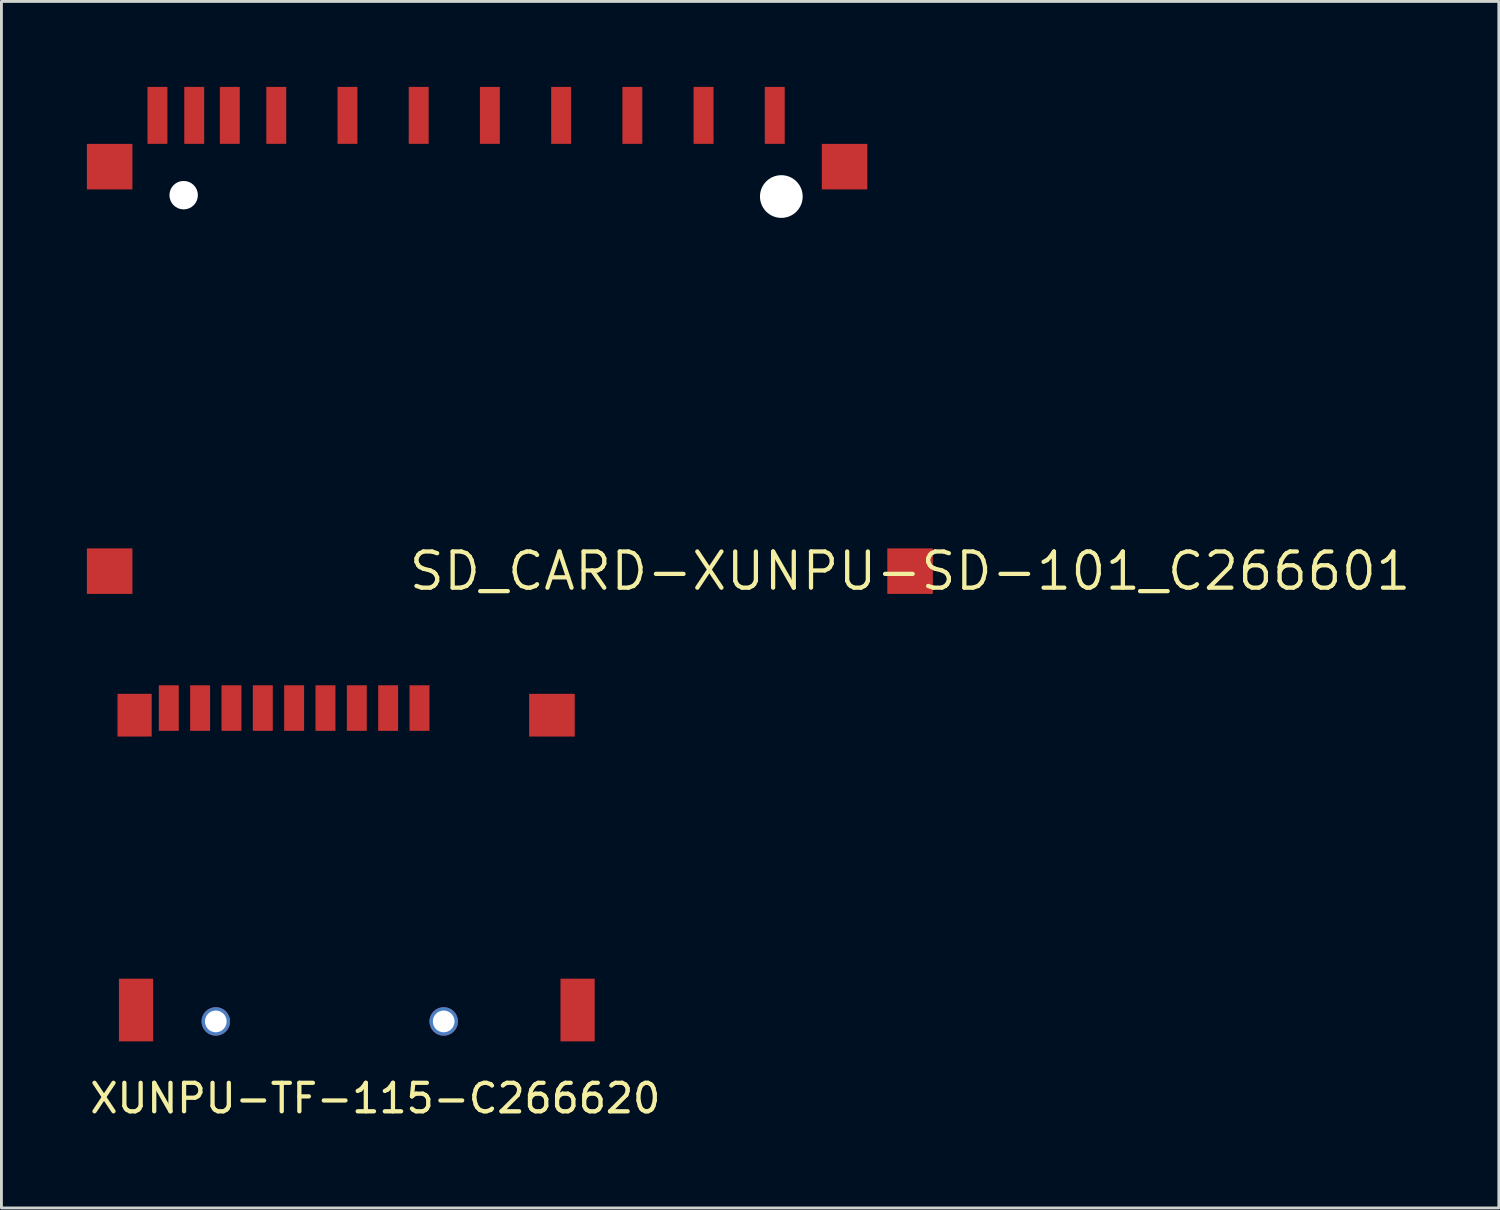
<source format=kicad_pcb>
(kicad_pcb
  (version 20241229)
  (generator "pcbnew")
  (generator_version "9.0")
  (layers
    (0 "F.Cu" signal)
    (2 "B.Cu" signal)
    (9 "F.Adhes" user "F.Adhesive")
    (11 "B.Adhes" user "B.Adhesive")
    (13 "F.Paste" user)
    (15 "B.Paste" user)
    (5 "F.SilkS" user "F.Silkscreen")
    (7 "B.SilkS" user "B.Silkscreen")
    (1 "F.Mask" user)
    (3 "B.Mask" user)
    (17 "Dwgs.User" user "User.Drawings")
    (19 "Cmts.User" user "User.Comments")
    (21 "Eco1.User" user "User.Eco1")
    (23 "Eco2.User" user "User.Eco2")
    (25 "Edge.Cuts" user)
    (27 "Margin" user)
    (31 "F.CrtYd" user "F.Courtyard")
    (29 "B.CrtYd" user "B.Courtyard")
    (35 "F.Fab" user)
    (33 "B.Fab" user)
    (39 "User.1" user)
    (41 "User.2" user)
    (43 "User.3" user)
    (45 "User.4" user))
  (footprint "XUNPU-TF-115-C266620"
    (layer "F.Cu")
    (at 4.525 32.805)
    (property "Reference" "XUNPU-TF-115-C266620" (at 5.6 2.7 0) (layer "F.SilkS") (effects (font (size 1 1) (thickness 0.15))))
    (attr through_hole)
    (pad "" np_thru_hole circle (at 0 0) (size 1 1) (drill 0.762) (layers "*.Cu" "*.Mask"))
    (pad "" np_thru_hole circle (at 8 0) (size 1 1) (drill 0.762) (layers "*.Cu" "*.Mask"))
    (pad "CD" smd rect (at -1.65 -11) (size 0.7 1.6) (layers "F.Cu" "F.Mask" "F.Paste"))
    (pad "CD/DAT3" smd rect (at 6.05 -11) (size 0.7 1.6) (layers "F.Cu" "F.Mask" "F.Paste"))
    (pad "CLK" smd rect (at 2.75 -11) (size 0.7 1.6) (layers "F.Cu" "F.Mask" "F.Paste"))
    (pad "CMD" smd rect (at 4.95 -11) (size 0.7 1.6) (layers "F.Cu" "F.Mask" "F.Paste"))
    (pad "DAT0" smd rect (at 0.55 -11) (size 0.7 1.6) (layers "F.Cu" "F.Mask" "F.Paste"))
    (pad "DAT1" smd rect (at -0.55 -11) (size 0.7 1.6) (layers "F.Cu" "F.Mask" "F.Paste"))
    (pad "DAT2" smd rect (at 7.15 -11) (size 0.7 1.6) (layers "F.Cu" "F.Mask" "F.Paste"))
    (pad "GND1" smd rect (at -2.85 -10.75) (size 1.2 1.5) (layers "F.Cu" "F.Mask" "F.Paste"))
    (pad "GND2" smd rect (at -2.8 -0.4) (size 1.2 2.2) (layers "F.Cu" "F.Mask" "F.Paste"))
    (pad "GND3" smd rect (at 11.8 -10.75) (size 1.6 1.5) (layers "F.Cu" "F.Mask" "F.Paste"))
    (pad "GND4" smd rect (at 12.7 -0.4) (size 1.2 2.2) (layers "F.Cu" "F.Mask" "F.Paste"))
    (pad "VDD" smd rect (at 3.85 -11) (size 0.7 1.6) (layers "F.Cu" "F.Mask" "F.Paste"))
    (pad "VSS1" smd rect (at 1.65 -11) (size 0.7 1.6) (layers "F.Cu" "F.Mask" "F.Paste")))
  (footprint "SD_CARD-XUNPU-SD-101_C266601"
    (layer "F.Cu")
    (at 28.896 16.999)
    (property "Reference" "SD_CARD-XUNPU-SD-101_C266601" (at 0 0 0) (layer "F.SilkS") (effects (font (size 1.27 1.27) (thickness 0.15))))
    (attr smd)
    (pad "" np_thru_hole circle (at -25.499 -13.198) (size 0.998 0.998) (drill 0.998) (layers "*.Cu" "*.Mask"))
    (pad "" np_thru_hole circle (at -4.519 -13.15) (size 1.499 1.499) (drill 1.499) (layers "*.Cu" "*.Mask"))
    (pad "CD" smd rect (at -25.128 -15.999) (size 0.699 1.999) (layers "F.Cu" "F.Mask" "F.Paste"))
    (pad "CD/DAT3" smd rect (at -7.249 -15.999) (size 0.699 1.999) (layers "F.Cu" "F.Mask" "F.Paste"))
    (pad "CLK" smd rect (at -17.249 -15.999) (size 0.699 1.999) (layers "F.Cu" "F.Mask" "F.Paste"))
    (pad "CMD" smd rect (at -9.749 -15.999) (size 0.699 1.999) (layers "F.Cu" "F.Mask" "F.Paste"))
    (pad "DAT0" smd rect (at -22.248 -15.999) (size 0.699 1.999) (layers "F.Cu" "F.Mask" "F.Paste"))
    (pad "DAT1" smd rect (at -23.879 -15.999) (size 0.699 1.999) (layers "F.Cu" "F.Mask" "F.Paste"))
    (pad "DAT2" smd rect (at -4.75 -15.999) (size 0.699 1.999) (layers "F.Cu" "F.Mask" "F.Paste"))
    (pad "GND1" smd rect (at 0 0) (size 1.598 1.598) (layers "F.Cu" "F.Mask" "F.Paste"))
    (pad "GND2" smd rect (at -2.299 -14.199) (size 1.598 1.598) (layers "F.Cu" "F.Mask" "F.Paste"))
    (pad "GND3" smd rect (at -28.097 0) (size 1.598 1.598) (layers "F.Cu" "F.Mask" "F.Paste"))
    (pad "GND4" smd rect (at -28.097 -14.199) (size 1.598 1.598) (layers "F.Cu" "F.Mask" "F.Paste"))
    (pad "SD_WP" smd rect (at -26.419 -15.999) (size 0.699 1.999) (layers "F.Cu" "F.Mask" "F.Paste"))
    (pad "VDD" smd rect (at -14.75 -15.999) (size 0.699 1.999) (layers "F.Cu" "F.Mask" "F.Paste"))
    (pad "VSS1" smd rect (at -12.248 -15.999) (size 0.699 1.999) (layers "F.Cu" "F.Mask" "F.Paste"))
    (pad "VSS2" smd rect (at -19.748 -15.999) (size 0.699 1.999) (layers "F.Cu" "F.Mask" "F.Paste")))
  (gr_rect
    (start -3 -3)
    (end 49.563 39.353)
    (stroke (width 0.1) (type default))
    (fill no)
    (layer "Edge.Cuts")))
</source>
